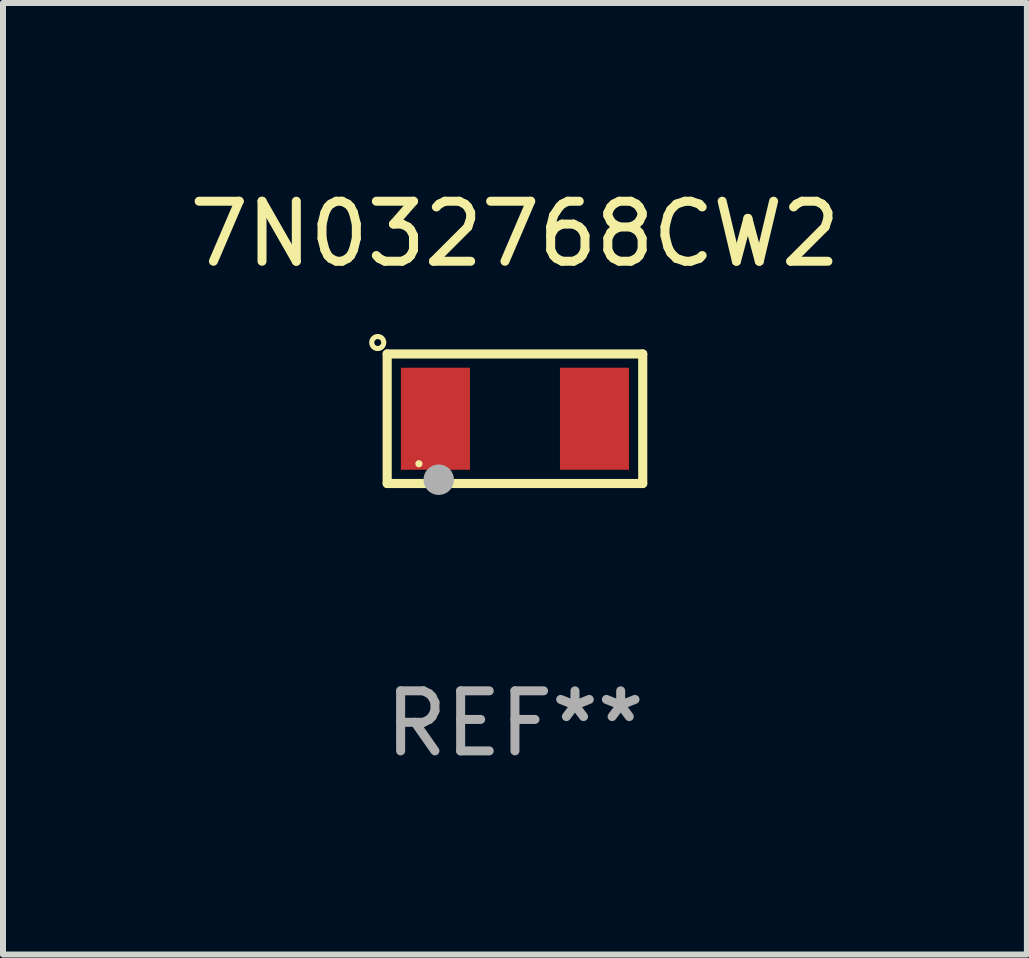
<source format=kicad_pcb>
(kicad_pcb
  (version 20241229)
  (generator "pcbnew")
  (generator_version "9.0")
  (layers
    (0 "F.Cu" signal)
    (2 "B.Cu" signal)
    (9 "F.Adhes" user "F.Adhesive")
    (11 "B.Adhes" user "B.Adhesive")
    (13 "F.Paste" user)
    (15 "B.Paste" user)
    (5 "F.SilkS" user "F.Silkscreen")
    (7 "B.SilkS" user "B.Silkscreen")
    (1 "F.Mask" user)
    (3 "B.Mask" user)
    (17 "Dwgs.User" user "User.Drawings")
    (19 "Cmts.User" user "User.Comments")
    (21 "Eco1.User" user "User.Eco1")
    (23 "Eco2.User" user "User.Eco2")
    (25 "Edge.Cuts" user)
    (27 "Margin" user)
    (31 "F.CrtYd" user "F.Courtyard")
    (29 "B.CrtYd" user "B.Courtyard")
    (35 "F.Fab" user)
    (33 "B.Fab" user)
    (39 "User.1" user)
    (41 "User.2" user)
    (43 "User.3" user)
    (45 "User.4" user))
  (footprint "7N032768CW2"
    (layer "F.Cu")
    (at 5.53 3.927)
    (property "Reference" "7N032768CW2" (at 0 -3.079 0) (layer "F.SilkS") (effects (font (size 1 1) (thickness 0.15))))
    (attr through_hole)
    (fp_line (start -2.129 -1.079) (end 2.129 -1.079) (stroke (width 0.152) (type solid)) (layer "F.SilkS"))
    (fp_line (start -2.129 1.079) (end -2.129 -1.079) (stroke (width 0.152) (type solid)) (layer "F.SilkS"))
    (fp_line (start 2.129 -1.079) (end 2.129 1.079) (stroke (width 0.152) (type solid)) (layer "F.SilkS"))
    (fp_line (start 2.129 1.079) (end -2.129 1.079) (stroke (width 0.152) (type solid)) (layer "F.SilkS"))
    (fp_circle (center -2.286 -1.27) (end -2.186 -1.27) (stroke (width 0.085) (type solid)) (fill no) (layer "F.SilkS"))
    (fp_circle (center -1.6 0.75) (end -1.57 0.75) (stroke (width 0.06) (type solid)) (fill no) (layer "F.SilkS"))
    (fp_circle (center -1.27 1.016) (end -1.143 1.016) (stroke (width 0.254) (type solid)) (fill no) (layer "F.Fab"))
    (fp_text user "REF**" (at 0 5.079 0) (layer "F.Fab") (effects (font (size 1 1) (thickness 0.15))))
    (pad "1" smd rect (at -1.325 0) (size 1.15 1.7) (layers "F.Cu" "F.Mask" "F.Paste"))
    (pad "2" smd rect (at 1.325 0) (size 1.15 1.7) (layers "F.Cu" "F.Mask" "F.Paste")))
  (gr_rect
    (start -3 -3)
    (end 14.06 12.854)
    (stroke (width 0.1) (type default))
    (fill no)
    (layer "Edge.Cuts")))
</source>
